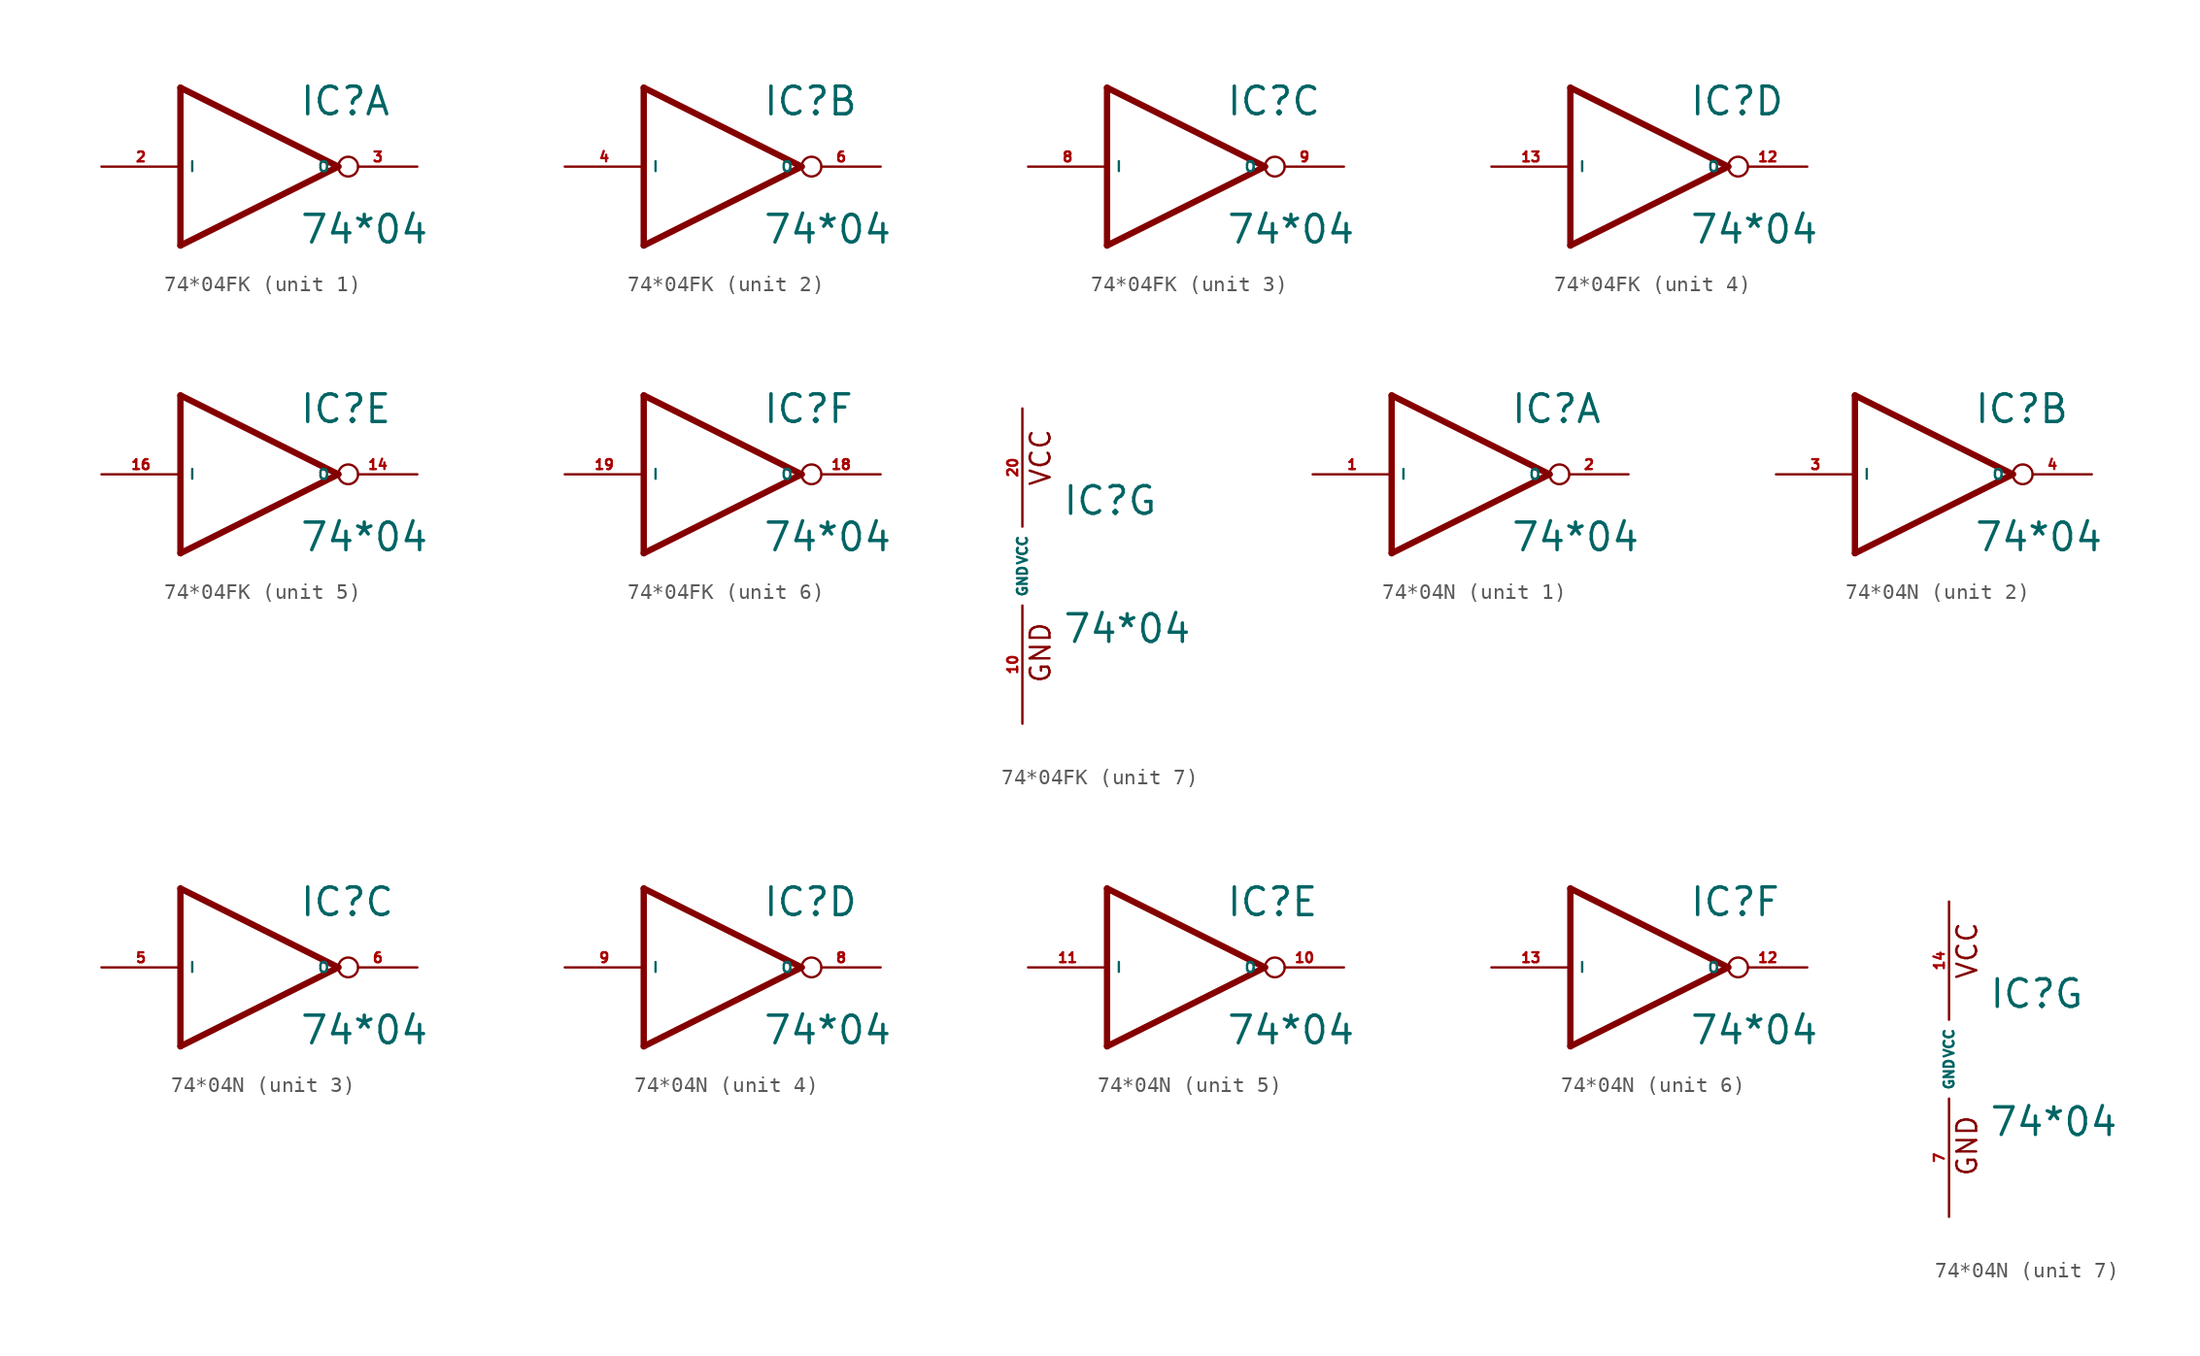
<source format=kicad_sym>
(kicad_symbol_lib
  (version 20220914)
  (generator Eagle2Kicad)
  (symbol "74*04FK"
    (property "Reference" "IC"
      (at 2.54 3.175 0)
      (effects (font (size 1.778 1.778) (thickness 0.22)) (justify left bottom)))
    (property "Value" "74*04"
      (at 2.54 -5.08 0)
      (effects (font (size 1.778 1.778) (thickness 0.22)) (justify left bottom)))
    (symbol "74*04FK_1_0"
      (polyline (pts (xy -5.08 5.08) (xy 5.08 0)) (stroke (width 0.406) (type default)) (fill (type none)))
      (polyline (pts (xy 5.08 0) (xy -5.08 -5.08)) (stroke (width 0.406) (type default)) (fill (type none)))
      (polyline (pts (xy -5.08 -5.08) (xy -5.08 5.08)) (stroke (width 0.406) (type default)) (fill (type none)))
      (pin input line (at -10.16 0 0) (length 5.08) (name "I" (effects (font (size 0.635 0.635) (thickness 0.08)) (justify left bottom))) (number "2" (effects (font (size 0.635 0.635) (thickness 0.08)) (justify left bottom))))
      (pin output inverted (at 10.16 0 180) (length 5.08) (name "O" (effects (font (size 0.635 0.635) (thickness 0.08)) (justify left bottom))) (number "3" (effects (font (size 0.635 0.635) (thickness 0.08)) (justify left bottom)))))
    (symbol "74*04FK_2_0"
      (polyline (pts (xy -5.08 5.08) (xy 5.08 0)) (stroke (width 0.406) (type default)) (fill (type none)))
      (polyline (pts (xy 5.08 0) (xy -5.08 -5.08)) (stroke (width 0.406) (type default)) (fill (type none)))
      (polyline (pts (xy -5.08 -5.08) (xy -5.08 5.08)) (stroke (width 0.406) (type default)) (fill (type none)))
      (pin input line (at -10.16 0 0) (length 5.08) (name "I" (effects (font (size 0.635 0.635) (thickness 0.08)) (justify left bottom))) (number "4" (effects (font (size 0.635 0.635) (thickness 0.08)) (justify left bottom))))
      (pin output inverted (at 10.16 0 180) (length 5.08) (name "O" (effects (font (size 0.635 0.635) (thickness 0.08)) (justify left bottom))) (number "6" (effects (font (size 0.635 0.635) (thickness 0.08)) (justify left bottom)))))
    (symbol "74*04FK_3_0"
      (polyline (pts (xy -5.08 5.08) (xy 5.08 0)) (stroke (width 0.406) (type default)) (fill (type none)))
      (polyline (pts (xy 5.08 0) (xy -5.08 -5.08)) (stroke (width 0.406) (type default)) (fill (type none)))
      (polyline (pts (xy -5.08 -5.08) (xy -5.08 5.08)) (stroke (width 0.406) (type default)) (fill (type none)))
      (pin input line (at -10.16 0 0) (length 5.08) (name "I" (effects (font (size 0.635 0.635) (thickness 0.08)) (justify left bottom))) (number "8" (effects (font (size 0.635 0.635) (thickness 0.08)) (justify left bottom))))
      (pin output inverted (at 10.16 0 180) (length 5.08) (name "O" (effects (font (size 0.635 0.635) (thickness 0.08)) (justify left bottom))) (number "9" (effects (font (size 0.635 0.635) (thickness 0.08)) (justify left bottom)))))
    (symbol "74*04FK_4_0"
      (polyline (pts (xy -5.08 5.08) (xy 5.08 0)) (stroke (width 0.406) (type default)) (fill (type none)))
      (polyline (pts (xy 5.08 0) (xy -5.08 -5.08)) (stroke (width 0.406) (type default)) (fill (type none)))
      (polyline (pts (xy -5.08 -5.08) (xy -5.08 5.08)) (stroke (width 0.406) (type default)) (fill (type none)))
      (pin input line (at -10.16 0 0) (length 5.08) (name "I" (effects (font (size 0.635 0.635) (thickness 0.08)) (justify left bottom))) (number "13" (effects (font (size 0.635 0.635) (thickness 0.08)) (justify left bottom))))
      (pin output inverted (at 10.16 0 180) (length 5.08) (name "O" (effects (font (size 0.635 0.635) (thickness 0.08)) (justify left bottom))) (number "12" (effects (font (size 0.635 0.635) (thickness 0.08)) (justify left bottom)))))
    (symbol "74*04FK_5_0"
      (polyline (pts (xy -5.08 5.08) (xy 5.08 0)) (stroke (width 0.406) (type default)) (fill (type none)))
      (polyline (pts (xy 5.08 0) (xy -5.08 -5.08)) (stroke (width 0.406) (type default)) (fill (type none)))
      (polyline (pts (xy -5.08 -5.08) (xy -5.08 5.08)) (stroke (width 0.406) (type default)) (fill (type none)))
      (pin input line (at -10.16 0 0) (length 5.08) (name "I" (effects (font (size 0.635 0.635) (thickness 0.08)) (justify left bottom))) (number "16" (effects (font (size 0.635 0.635) (thickness 0.08)) (justify left bottom))))
      (pin output inverted (at 10.16 0 180) (length 5.08) (name "O" (effects (font (size 0.635 0.635) (thickness 0.08)) (justify left bottom))) (number "14" (effects (font (size 0.635 0.635) (thickness 0.08)) (justify left bottom)))))
    (symbol "74*04FK_6_0"
      (polyline (pts (xy -5.08 5.08) (xy 5.08 0)) (stroke (width 0.406) (type default)) (fill (type none)))
      (polyline (pts (xy 5.08 0) (xy -5.08 -5.08)) (stroke (width 0.406) (type default)) (fill (type none)))
      (polyline (pts (xy -5.08 -5.08) (xy -5.08 5.08)) (stroke (width 0.406) (type default)) (fill (type none)))
      (pin input line (at -10.16 0 0) (length 5.08) (name "I" (effects (font (size 0.635 0.635) (thickness 0.08)) (justify left bottom))) (number "19" (effects (font (size 0.635 0.635) (thickness 0.08)) (justify left bottom))))
      (pin output inverted (at 10.16 0 180) (length 5.08) (name "O" (effects (font (size 0.635 0.635) (thickness 0.08)) (justify left bottom))) (number "18" (effects (font (size 0.635 0.635) (thickness 0.08)) (justify left bottom)))))
    (symbol "74*04FK_7_0"
      (text "GND" (at 1.905 -7.62 900) (effects (font (size 1.27 1.27) (thickness 0.16)) (justify left bottom)))
      (text "VCC" (at 1.905 5.08 900) (effects (font (size 1.27 1.27) (thickness 0.16)) (justify left bottom)))
      (pin unspecified line (at 0 -10.16 90) (length 7.62) (name "GND" (effects (font (size 0.635 0.635) (thickness 0.08)) (justify left bottom))) (number "10" (effects (font (size 0.635 0.635) (thickness 0.08)) (justify left bottom))))
      (pin unspecified line (at 0 10.16 270) (length 7.62) (name "VCC" (effects (font (size 0.635 0.635) (thickness 0.08)) (justify left bottom))) (number "20" (effects (font (size 0.635 0.635) (thickness 0.08)) (justify left bottom))))))
  (symbol "74*04N"
    (property "Reference" "IC"
      (at 2.54 3.175 0)
      (effects (font (size 1.778 1.778) (thickness 0.22)) (justify left bottom)))
    (property "Value" "74*04"
      (at 2.54 -5.08 0)
      (effects (font (size 1.778 1.778) (thickness 0.22)) (justify left bottom)))
    (symbol "74*04N_1_0"
      (polyline (pts (xy -5.08 5.08) (xy 5.08 0)) (stroke (width 0.406) (type default)) (fill (type none)))
      (polyline (pts (xy 5.08 0) (xy -5.08 -5.08)) (stroke (width 0.406) (type default)) (fill (type none)))
      (polyline (pts (xy -5.08 -5.08) (xy -5.08 5.08)) (stroke (width 0.406) (type default)) (fill (type none)))
      (pin input line (at -10.16 0 0) (length 5.08) (name "I" (effects (font (size 0.635 0.635) (thickness 0.08)) (justify left bottom))) (number "1" (effects (font (size 0.635 0.635) (thickness 0.08)) (justify left bottom))))
      (pin output inverted (at 10.16 0 180) (length 5.08) (name "O" (effects (font (size 0.635 0.635) (thickness 0.08)) (justify left bottom))) (number "2" (effects (font (size 0.635 0.635) (thickness 0.08)) (justify left bottom)))))
    (symbol "74*04N_2_0"
      (polyline (pts (xy -5.08 5.08) (xy 5.08 0)) (stroke (width 0.406) (type default)) (fill (type none)))
      (polyline (pts (xy 5.08 0) (xy -5.08 -5.08)) (stroke (width 0.406) (type default)) (fill (type none)))
      (polyline (pts (xy -5.08 -5.08) (xy -5.08 5.08)) (stroke (width 0.406) (type default)) (fill (type none)))
      (pin input line (at -10.16 0 0) (length 5.08) (name "I" (effects (font (size 0.635 0.635) (thickness 0.08)) (justify left bottom))) (number "3" (effects (font (size 0.635 0.635) (thickness 0.08)) (justify left bottom))))
      (pin output inverted (at 10.16 0 180) (length 5.08) (name "O" (effects (font (size 0.635 0.635) (thickness 0.08)) (justify left bottom))) (number "4" (effects (font (size 0.635 0.635) (thickness 0.08)) (justify left bottom)))))
    (symbol "74*04N_3_0"
      (polyline (pts (xy -5.08 5.08) (xy 5.08 0)) (stroke (width 0.406) (type default)) (fill (type none)))
      (polyline (pts (xy 5.08 0) (xy -5.08 -5.08)) (stroke (width 0.406) (type default)) (fill (type none)))
      (polyline (pts (xy -5.08 -5.08) (xy -5.08 5.08)) (stroke (width 0.406) (type default)) (fill (type none)))
      (pin input line (at -10.16 0 0) (length 5.08) (name "I" (effects (font (size 0.635 0.635) (thickness 0.08)) (justify left bottom))) (number "5" (effects (font (size 0.635 0.635) (thickness 0.08)) (justify left bottom))))
      (pin output inverted (at 10.16 0 180) (length 5.08) (name "O" (effects (font (size 0.635 0.635) (thickness 0.08)) (justify left bottom))) (number "6" (effects (font (size 0.635 0.635) (thickness 0.08)) (justify left bottom)))))
    (symbol "74*04N_4_0"
      (polyline (pts (xy -5.08 5.08) (xy 5.08 0)) (stroke (width 0.406) (type default)) (fill (type none)))
      (polyline (pts (xy 5.08 0) (xy -5.08 -5.08)) (stroke (width 0.406) (type default)) (fill (type none)))
      (polyline (pts (xy -5.08 -5.08) (xy -5.08 5.08)) (stroke (width 0.406) (type default)) (fill (type none)))
      (pin input line (at -10.16 0 0) (length 5.08) (name "I" (effects (font (size 0.635 0.635) (thickness 0.08)) (justify left bottom))) (number "9" (effects (font (size 0.635 0.635) (thickness 0.08)) (justify left bottom))))
      (pin output inverted (at 10.16 0 180) (length 5.08) (name "O" (effects (font (size 0.635 0.635) (thickness 0.08)) (justify left bottom))) (number "8" (effects (font (size 0.635 0.635) (thickness 0.08)) (justify left bottom)))))
    (symbol "74*04N_5_0"
      (polyline (pts (xy -5.08 5.08) (xy 5.08 0)) (stroke (width 0.406) (type default)) (fill (type none)))
      (polyline (pts (xy 5.08 0) (xy -5.08 -5.08)) (stroke (width 0.406) (type default)) (fill (type none)))
      (polyline (pts (xy -5.08 -5.08) (xy -5.08 5.08)) (stroke (width 0.406) (type default)) (fill (type none)))
      (pin input line (at -10.16 0 0) (length 5.08) (name "I" (effects (font (size 0.635 0.635) (thickness 0.08)) (justify left bottom))) (number "11" (effects (font (size 0.635 0.635) (thickness 0.08)) (justify left bottom))))
      (pin output inverted (at 10.16 0 180) (length 5.08) (name "O" (effects (font (size 0.635 0.635) (thickness 0.08)) (justify left bottom))) (number "10" (effects (font (size 0.635 0.635) (thickness 0.08)) (justify left bottom)))))
    (symbol "74*04N_6_0"
      (polyline (pts (xy -5.08 5.08) (xy 5.08 0)) (stroke (width 0.406) (type default)) (fill (type none)))
      (polyline (pts (xy 5.08 0) (xy -5.08 -5.08)) (stroke (width 0.406) (type default)) (fill (type none)))
      (polyline (pts (xy -5.08 -5.08) (xy -5.08 5.08)) (stroke (width 0.406) (type default)) (fill (type none)))
      (pin input line (at -10.16 0 0) (length 5.08) (name "I" (effects (font (size 0.635 0.635) (thickness 0.08)) (justify left bottom))) (number "13" (effects (font (size 0.635 0.635) (thickness 0.08)) (justify left bottom))))
      (pin output inverted (at 10.16 0 180) (length 5.08) (name "O" (effects (font (size 0.635 0.635) (thickness 0.08)) (justify left bottom))) (number "12" (effects (font (size 0.635 0.635) (thickness 0.08)) (justify left bottom)))))
    (symbol "74*04N_7_0"
      (text "GND" (at 1.905 -7.62 900) (effects (font (size 1.27 1.27) (thickness 0.16)) (justify left bottom)))
      (text "VCC" (at 1.905 5.08 900) (effects (font (size 1.27 1.27) (thickness 0.16)) (justify left bottom)))
      (pin unspecified line (at 0 -10.16 90) (length 7.62) (name "GND" (effects (font (size 0.635 0.635) (thickness 0.08)) (justify left bottom))) (number "7" (effects (font (size 0.635 0.635) (thickness 0.08)) (justify left bottom))))
      (pin unspecified line (at 0 10.16 270) (length 7.62) (name "VCC" (effects (font (size 0.635 0.635) (thickness 0.08)) (justify left bottom))) (number "14" (effects (font (size 0.635 0.635) (thickness 0.08)) (justify left bottom)))))))
</source>
